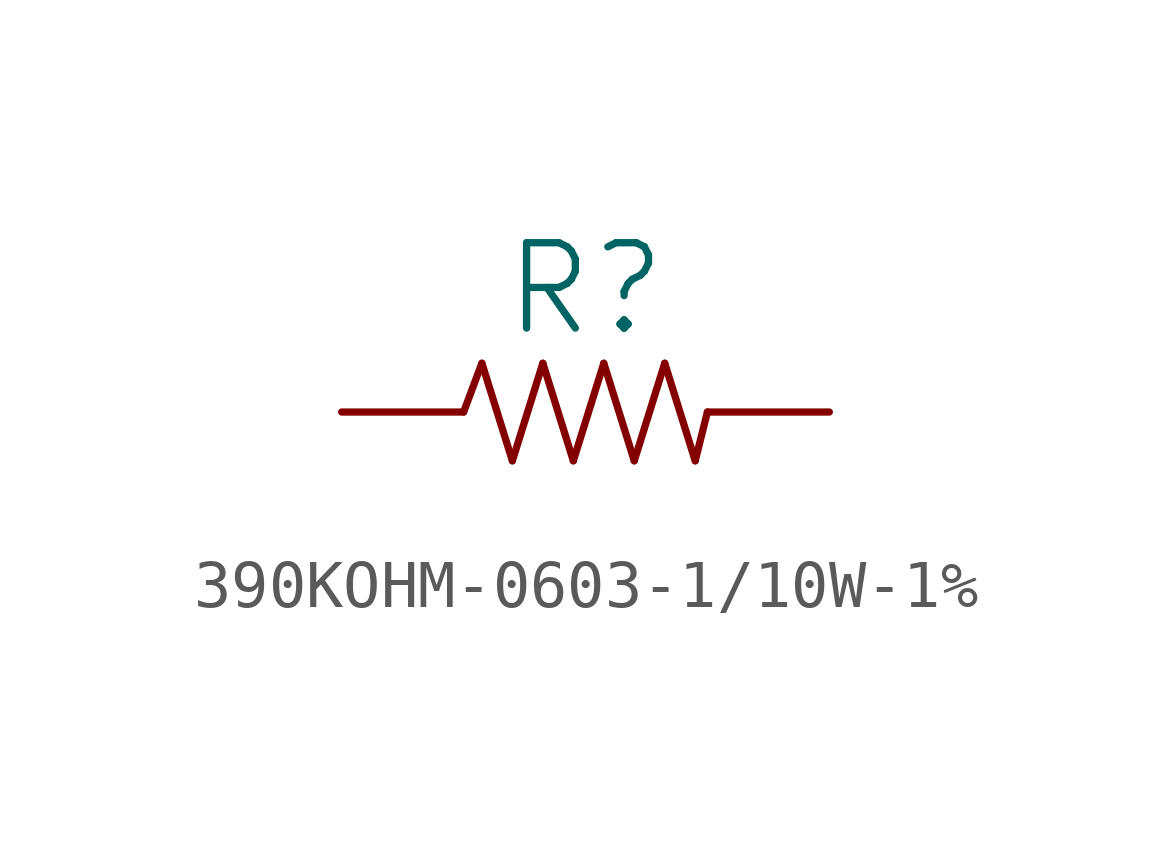
<source format=kicad_sym>
(kicad_symbol_lib
  (version 20241209)
  (generator "kicad_symbol_editor")
  (generator_version "9.0")
  (symbol "390KOHM-0603-1/10W-1%"
    (property "Reference" "R"
      (at 0 1.524 0)
      (effects (font (size 1.778 1.778)) (justify bottom)))
    (property "Value" ""
      (at 0 -1.524 0)
      (effects (font (size 1.778 1.778)) (justify top)))
    (property "ki_locked" ""
      (at 0 0 0)
      (effects (font (size 1.27 1.27))))
    (symbol "390KOHM-0603-1/10W-1%_1_0"
      (polyline (pts (xy -2.54 0) (xy -2.159 1.016)) (stroke (width 0.152) (type solid)) (fill (type none)))
      (polyline (pts (xy -2.159 1.016) (xy -1.524 -1.016)) (stroke (width 0.152) (type solid)) (fill (type none)))
      (polyline (pts (xy -1.524 -1.016) (xy -0.889 1.016)) (stroke (width 0.152) (type solid)) (fill (type none)))
      (polyline (pts (xy -0.889 1.016) (xy -0.254 -1.016)) (stroke (width 0.152) (type solid)) (fill (type none)))
      (polyline (pts (xy -0.254 -1.016) (xy 0.381 1.016)) (stroke (width 0.152) (type solid)) (fill (type none)))
      (polyline (pts (xy 0.381 1.016) (xy 1.016 -1.016)) (stroke (width 0.152) (type solid)) (fill (type none)))
      (polyline (pts (xy 1.016 -1.016) (xy 1.651 1.016)) (stroke (width 0.152) (type solid)) (fill (type none)))
      (polyline (pts (xy 1.651 1.016) (xy 2.286 -1.016)) (stroke (width 0.152) (type solid)) (fill (type none)))
      (polyline (pts (xy 2.286 -1.016) (xy 2.54 0)) (stroke (width 0.152) (type solid)) (fill (type none)))
      (pin passive line (at -5.08 0 0) (length 2.54) (name "1" (effects (font (size 0 0)))) (number "1" (effects (font (size 0 0)))))
      (pin passive line (at 5.08 0 180) (length 2.54) (name "2" (effects (font (size 0 0)))) (number "2" (effects (font (size 0 0))))))))
</source>
